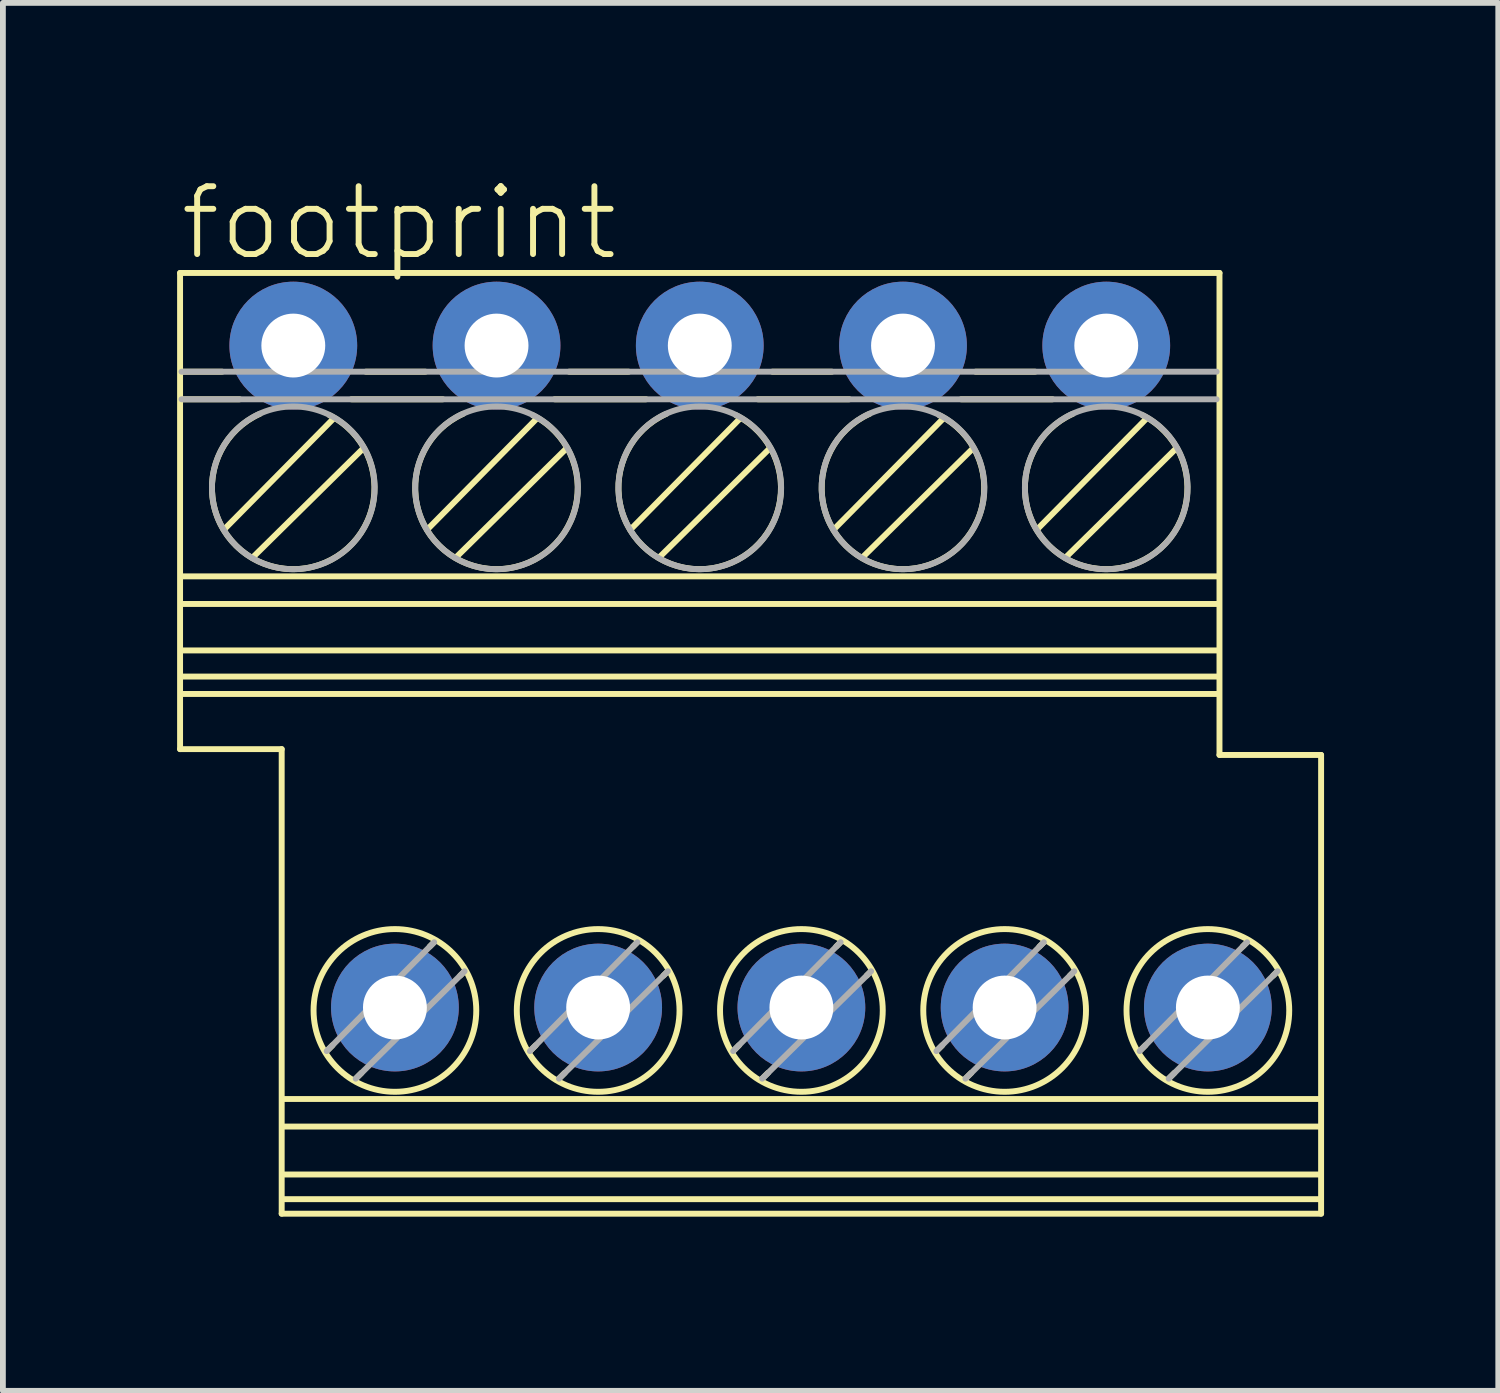
<source format=kicad_pcb>
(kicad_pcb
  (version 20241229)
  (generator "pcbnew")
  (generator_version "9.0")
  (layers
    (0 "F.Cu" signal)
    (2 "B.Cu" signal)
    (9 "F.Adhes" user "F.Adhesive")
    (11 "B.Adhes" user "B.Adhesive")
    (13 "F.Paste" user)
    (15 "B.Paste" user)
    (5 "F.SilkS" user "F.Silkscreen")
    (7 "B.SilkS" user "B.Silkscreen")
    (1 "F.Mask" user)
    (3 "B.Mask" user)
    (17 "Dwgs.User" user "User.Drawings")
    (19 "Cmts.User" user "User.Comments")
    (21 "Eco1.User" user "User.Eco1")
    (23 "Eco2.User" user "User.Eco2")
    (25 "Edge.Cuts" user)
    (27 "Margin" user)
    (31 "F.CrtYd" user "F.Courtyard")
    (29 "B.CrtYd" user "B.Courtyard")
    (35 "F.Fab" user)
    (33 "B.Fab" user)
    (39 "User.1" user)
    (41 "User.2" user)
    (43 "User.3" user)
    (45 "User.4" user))
  (footprint "footprint"
    (layer "F.Cu")
    (at 9.001 9.751)
    (property "Reference" "footprint" (at -9.001 -8.278 0) (layer "F.SilkS") (effects (font (size 1.168 1.168) (thickness 0.102)) (justify left bottom)))
    (fp_line (start -8.95 -8.1) (end 8.95 -8.1) (stroke (width 0.102) (type solid)) (layer "F.SilkS"))
    (fp_line (start -8.95 0.1) (end -8.95 -8.1) (stroke (width 0.102) (type solid)) (layer "F.SilkS"))
    (fp_line (start -8.925 -6.4) (end -8.225 -6.4) (stroke (width 0.102) (type solid)) (layer "F.SilkS"))
    (fp_line (start -8.925 -5.925) (end -7.925 -5.925) (stroke (width 0.102) (type solid)) (layer "F.SilkS"))
    (fp_line (start -8.9 -2.875) (end 8.925 -2.875) (stroke (width 0.102) (type solid)) (layer "F.SilkS"))
    (fp_line (start -8.9 -2.4) (end 8.925 -2.4) (stroke (width 0.102) (type solid)) (layer "F.SilkS"))
    (fp_line (start -8.9 -1.6) (end 8.925 -1.6) (stroke (width 0.102) (type solid)) (layer "F.SilkS"))
    (fp_line (start -8.9 -0.85) (end 8.925 -0.85) (stroke (width 0.102) (type solid)) (layer "F.SilkS"))
    (fp_line (start -8.175 -3.7) (end -6.325 -5.575) (stroke (width 0.102) (type solid)) (layer "F.SilkS"))
    (fp_line (start -7.675 -3.225) (end -5.8 -5.075) (stroke (width 0.102) (type solid)) (layer "F.SilkS"))
    (fp_line (start -7.2 0.1) (end -8.95 0.1) (stroke (width 0.102) (type solid)) (layer "F.SilkS"))
    (fp_line (start -7.2 8.1) (end -7.2 0.1) (stroke (width 0.102) (type solid)) (layer "F.SilkS"))
    (fp_line (start -7.15 6.125) (end 10.675 6.125) (stroke (width 0.102) (type solid)) (layer "F.SilkS"))
    (fp_line (start -7.15 6.6) (end 10.675 6.6) (stroke (width 0.102) (type solid)) (layer "F.SilkS"))
    (fp_line (start -7.15 7.425) (end 10.675 7.425) (stroke (width 0.102) (type solid)) (layer "F.SilkS"))
    (fp_line (start -7.15 7.85) (end 10.675 7.85) (stroke (width 0.102) (type solid)) (layer "F.SilkS"))
    (fp_line (start -6.425 5.3) (end -6.325 5.2) (stroke (width 0.102) (type solid)) (layer "F.SilkS"))
    (fp_line (start -6 -5.925) (end -4.425 -5.925) (stroke (width 0.102) (type solid)) (layer "F.SilkS"))
    (fp_line (start -5.925 5.775) (end -5.825 5.675) (stroke (width 0.102) (type solid)) (layer "F.SilkS"))
    (fp_line (start -5.75 -6.4) (end -4.725 -6.4) (stroke (width 0.102) (type solid)) (layer "F.SilkS"))
    (fp_line (start -4.675 -3.7) (end -2.825 -5.575) (stroke (width 0.102) (type solid)) (layer "F.SilkS"))
    (fp_line (start -4.65 3.5) (end -4.575 3.425) (stroke (width 0.102) (type solid)) (layer "F.SilkS"))
    (fp_line (start -4.175 -3.225) (end -2.3 -5.075) (stroke (width 0.102) (type solid)) (layer "F.SilkS"))
    (fp_line (start -4.125 4) (end -4.05 3.925) (stroke (width 0.102) (type solid)) (layer "F.SilkS"))
    (fp_line (start -2.925 5.3) (end -2.825 5.2) (stroke (width 0.102) (type solid)) (layer "F.SilkS"))
    (fp_line (start -2.5 -5.925) (end -0.925 -5.925) (stroke (width 0.102) (type solid)) (layer "F.SilkS"))
    (fp_line (start -2.425 5.775) (end -2.325 5.675) (stroke (width 0.102) (type solid)) (layer "F.SilkS"))
    (fp_line (start -2.25 -6.4) (end -1.225 -6.4) (stroke (width 0.102) (type solid)) (layer "F.SilkS"))
    (fp_line (start -1.175 -3.7) (end 0.675 -5.575) (stroke (width 0.102) (type solid)) (layer "F.SilkS"))
    (fp_line (start -1.15 3.5) (end -1.075 3.425) (stroke (width 0.102) (type solid)) (layer "F.SilkS"))
    (fp_line (start -0.675 -3.225) (end 1.2 -5.075) (stroke (width 0.102) (type solid)) (layer "F.SilkS"))
    (fp_line (start -0.625 4) (end -0.55 3.925) (stroke (width 0.102) (type solid)) (layer "F.SilkS"))
    (fp_line (start 0.575 5.3) (end 0.675 5.2) (stroke (width 0.102) (type solid)) (layer "F.SilkS"))
    (fp_line (start 1 -5.925) (end 2.575 -5.925) (stroke (width 0.102) (type solid)) (layer "F.SilkS"))
    (fp_line (start 1.075 5.775) (end 1.175 5.675) (stroke (width 0.102) (type solid)) (layer "F.SilkS"))
    (fp_line (start 1.25 -6.4) (end 2.275 -6.4) (stroke (width 0.102) (type solid)) (layer "F.SilkS"))
    (fp_line (start 2.325 -3.7) (end 4.175 -5.575) (stroke (width 0.102) (type solid)) (layer "F.SilkS"))
    (fp_line (start 2.35 3.5) (end 2.425 3.425) (stroke (width 0.102) (type solid)) (layer "F.SilkS"))
    (fp_line (start 2.825 -3.225) (end 4.7 -5.075) (stroke (width 0.102) (type solid)) (layer "F.SilkS"))
    (fp_line (start 2.875 4) (end 2.95 3.925) (stroke (width 0.102) (type solid)) (layer "F.SilkS"))
    (fp_line (start 4.075 5.3) (end 4.175 5.2) (stroke (width 0.102) (type solid)) (layer "F.SilkS"))
    (fp_line (start 4.5 -5.925) (end 6.075 -5.925) (stroke (width 0.102) (type solid)) (layer "F.SilkS"))
    (fp_line (start 4.575 5.775) (end 4.675 5.675) (stroke (width 0.102) (type solid)) (layer "F.SilkS"))
    (fp_line (start 4.75 -6.4) (end 5.775 -6.4) (stroke (width 0.102) (type solid)) (layer "F.SilkS"))
    (fp_line (start 5.825 -3.7) (end 7.675 -5.575) (stroke (width 0.102) (type solid)) (layer "F.SilkS"))
    (fp_line (start 5.85 3.5) (end 5.925 3.425) (stroke (width 0.102) (type solid)) (layer "F.SilkS"))
    (fp_line (start 6.325 -3.225) (end 8.2 -5.075) (stroke (width 0.102) (type solid)) (layer "F.SilkS"))
    (fp_line (start 6.375 4) (end 6.45 3.925) (stroke (width 0.102) (type solid)) (layer "F.SilkS"))
    (fp_line (start 7.575 5.3) (end 7.675 5.2) (stroke (width 0.102) (type solid)) (layer "F.SilkS"))
    (fp_line (start 8.075 5.775) (end 8.175 5.675) (stroke (width 0.102) (type solid)) (layer "F.SilkS"))
    (fp_line (start 8.925 -1.15) (end -8.9 -1.15) (stroke (width 0.102) (type solid)) (layer "F.SilkS"))
    (fp_line (start 8.95 -8.1) (end 8.95 0.2) (stroke (width 0.102) (type solid)) (layer "F.SilkS"))
    (fp_line (start 8.95 0.2) (end 10.7 0.2) (stroke (width 0.102) (type solid)) (layer "F.SilkS"))
    (fp_line (start 9.35 3.5) (end 9.425 3.425) (stroke (width 0.102) (type solid)) (layer "F.SilkS"))
    (fp_line (start 9.875 4) (end 9.95 3.925) (stroke (width 0.102) (type solid)) (layer "F.SilkS"))
    (fp_line (start 10.7 0.2) (end 10.7 8.1) (stroke (width 0.102) (type solid)) (layer "F.SilkS"))
    (fp_line (start 10.7 8.1) (end -7.2 8.1) (stroke (width 0.102) (type solid)) (layer "F.SilkS"))
    (fp_arc (start -6.374999 -5.65) (mid -7.030481 -2.999357) (end -7.575 -5.675) (stroke (width 0.1016) (type solid)) (layer "F.SilkS"))
    (fp_arc (start -2.874999 -5.65) (mid -3.530481 -2.999357) (end -4.075 -5.675) (stroke (width 0.1016) (type solid)) (layer "F.SilkS"))
    (fp_arc (start 0.625001 -5.65) (mid -0.030481 -2.999357) (end -0.575 -5.675) (stroke (width 0.1016) (type solid)) (layer "F.SilkS"))
    (fp_arc (start 4.125001 -5.65) (mid 3.469517 -2.999357) (end 2.925 -5.675) (stroke (width 0.1016) (type solid)) (layer "F.SilkS"))
    (fp_arc (start 7.625001 -5.65) (mid 6.969517 -2.999357) (end 6.425 -5.675) (stroke (width 0.1016) (type solid)) (layer "F.SilkS"))
    (fp_circle (center -5.25 4.6) (end -3.849 4.6) (stroke (width 0.102) (type solid)) (fill no) (layer "F.SilkS"))
    (fp_circle (center -1.75 4.6) (end -0.349 4.6) (stroke (width 0.102) (type solid)) (fill no) (layer "F.SilkS"))
    (fp_circle (center 1.75 4.6) (end 3.151 4.6) (stroke (width 0.102) (type solid)) (fill no) (layer "F.SilkS"))
    (fp_circle (center 5.25 4.6) (end 6.651 4.6) (stroke (width 0.102) (type solid)) (fill no) (layer "F.SilkS"))
    (fp_circle (center 8.75 4.6) (end 10.151 4.6) (stroke (width 0.102) (type solid)) (fill no) (layer "F.SilkS"))
    (fp_line (start -8.925 -6.4) (end 8.9 -6.4) (stroke (width 0.102) (type solid)) (layer "F.Fab"))
    (fp_line (start -8.925 -5.925) (end 8.9 -5.925) (stroke (width 0.102) (type solid)) (layer "F.Fab"))
    (fp_line (start -6.425 5.3) (end -4.575 3.425) (stroke (width 0.102) (type solid)) (layer "F.Fab"))
    (fp_line (start -5.925 5.775) (end -4.05 3.925) (stroke (width 0.102) (type solid)) (layer "F.Fab"))
    (fp_line (start -2.925 5.3) (end -1.075 3.425) (stroke (width 0.102) (type solid)) (layer "F.Fab"))
    (fp_line (start -2.425 5.775) (end -0.55 3.925) (stroke (width 0.102) (type solid)) (layer "F.Fab"))
    (fp_line (start 0.575 5.3) (end 2.425 3.425) (stroke (width 0.102) (type solid)) (layer "F.Fab"))
    (fp_line (start 1.075 5.775) (end 2.95 3.925) (stroke (width 0.102) (type solid)) (layer "F.Fab"))
    (fp_line (start 4.075 5.3) (end 5.925 3.425) (stroke (width 0.102) (type solid)) (layer "F.Fab"))
    (fp_line (start 4.575 5.775) (end 6.45 3.925) (stroke (width 0.102) (type solid)) (layer "F.Fab"))
    (fp_line (start 7.575 5.3) (end 9.425 3.425) (stroke (width 0.102) (type solid)) (layer "F.Fab"))
    (fp_line (start 8.075 5.775) (end 9.95 3.925) (stroke (width 0.102) (type solid)) (layer "F.Fab"))
    (fp_circle (center -7 -4.4) (end -5.599 -4.4) (stroke (width 0.102) (type solid)) (fill no) (layer "F.Fab"))
    (fp_circle (center -3.5 -4.4) (end -2.099 -4.4) (stroke (width 0.102) (type solid)) (fill no) (layer "F.Fab"))
    (fp_circle (center 0 -4.4) (end 1.401 -4.4) (stroke (width 0.102) (type solid)) (fill no) (layer "F.Fab"))
    (fp_circle (center 3.5 -4.4) (end 4.901 -4.4) (stroke (width 0.102) (type solid)) (fill no) (layer "F.Fab"))
    (fp_circle (center 7 -4.4) (end 8.401 -4.4) (stroke (width 0.102) (type solid)) (fill no) (layer "F.Fab"))
    (pad "1" thru_hole circle (at -7 -6.85) (size 2.2 2.2) (drill 1.1) (layers "*.Cu" "*.Mask"))
    (pad "2" thru_hole circle (at -5.25 4.55) (size 2.2 2.2) (drill 1.1) (layers "*.Cu" "*.Mask"))
    (pad "3" thru_hole circle (at -3.5 -6.85) (size 2.2 2.2) (drill 1.1) (layers "*.Cu" "*.Mask"))
    (pad "4" thru_hole circle (at -1.75 4.55) (size 2.2 2.2) (drill 1.1) (layers "*.Cu" "*.Mask"))
    (pad "5" thru_hole circle (at 0 -6.85) (size 2.2 2.2) (drill 1.1) (layers "*.Cu" "*.Mask"))
    (pad "6" thru_hole circle (at 1.75 4.55) (size 2.2 2.2) (drill 1.1) (layers "*.Cu" "*.Mask"))
    (pad "7" thru_hole circle (at 3.5 -6.85) (size 2.2 2.2) (drill 1.1) (layers "*.Cu" "*.Mask"))
    (pad "8" thru_hole circle (at 5.25 4.55) (size 2.2 2.2) (drill 1.1) (layers "*.Cu" "*.Mask"))
    (pad "9" thru_hole circle (at 7 -6.85) (size 2.2 2.2) (drill 1.1) (layers "*.Cu" "*.Mask"))
    (pad "10" thru_hole circle (at 8.75 4.55) (size 2.2 2.2) (drill 1.1) (layers "*.Cu" "*.Mask")))
  (gr_rect
    (start -3 -3)
    (end 22.752 20.902)
    (stroke (width 0.1) (type default))
    (fill no)
    (layer "Edge.Cuts")))
</source>
